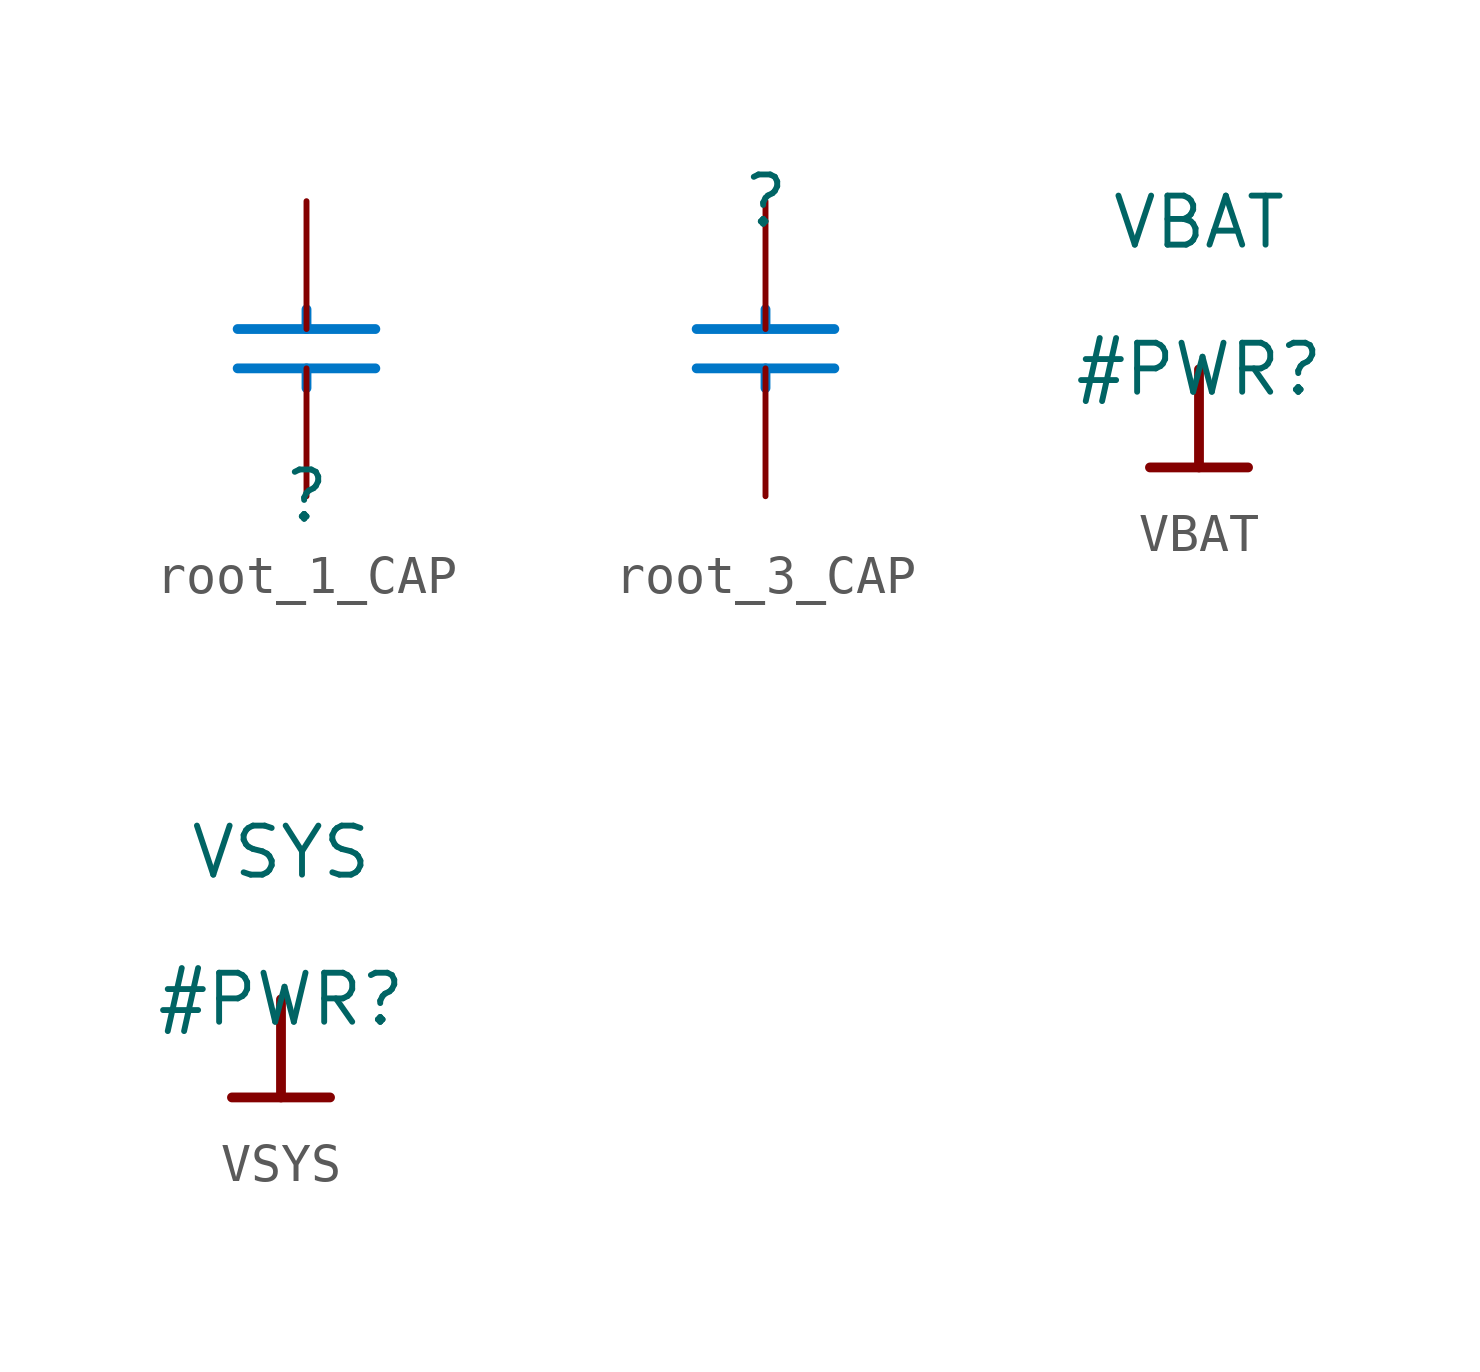
<source format=kicad_sym>
(kicad_symbol_lib
  (version 20220914)
  (generator kicad_symbol_editor)
  (symbol "root_1_CAP"
    (property "Reference" ""
      (at 0 0 0)
      (effects (font (size 1.27 1.27))))
    (property "Value" ""
      (at 0 0 0)
      (effects (font (size 1.27 1.27))))
    (symbol "root_1_CAP_1_0"
      (polyline (pts (xy 0 3.302) (xy 0 2.794)) (stroke (width 0.254) (type solid) (color 0 119 200 1)) (fill (type none)))
      (polyline (pts (xy 0 4.318) (xy 0 4.826)) (stroke (width 0.254) (type solid) (color 0 119 200 1)) (fill (type none)))
      (polyline (pts (xy 1.778 3.302) (xy -1.778 3.302)) (stroke (width 0.254) (type solid) (color 0 119 200 1)) (fill (type none)))
      (polyline (pts (xy 1.778 4.318) (xy -1.778 4.318)) (stroke (width 0.254) (type solid) (color 0 119 200 1)) (fill (type none)))
      (pin passive line (at 0 0 90) (length 3.302) (name "1" (effects (font (size 0 0)))) (number "1" (effects (font (size 0 0)))))
      (pin passive line (at 0 7.62 270) (length 3.302) (name "2" (effects (font (size 0 0)))) (number "2" (effects (font (size 0 0)))))))
  (symbol "root_3_CAP"
    (property "Reference" ""
      (at 0 0 0)
      (effects (font (size 1.27 1.27))))
    (property "Value" ""
      (at 0 0 0)
      (effects (font (size 1.27 1.27))))
    (symbol "root_3_CAP_1_0"
      (polyline (pts (xy -1.778 -4.318) (xy 1.778 -4.318)) (stroke (width 0.254) (type solid) (color 0 119 200 1)) (fill (type none)))
      (polyline (pts (xy -1.778 -3.302) (xy 1.778 -3.302)) (stroke (width 0.254) (type solid) (color 0 119 200 1)) (fill (type none)))
      (polyline (pts (xy 0 -4.318) (xy 0 -4.826)) (stroke (width 0.254) (type solid) (color 0 119 200 1)) (fill (type none)))
      (polyline (pts (xy 0 -3.302) (xy 0 -2.794)) (stroke (width 0.254) (type solid) (color 0 119 200 1)) (fill (type none)))
      (pin passive line (at 0 0 270) (length 3.302) (name "1" (effects (font (size 0 0)))) (number "1" (effects (font (size 0 0)))))
      (pin passive line (at 0 -7.62 90) (length 3.302) (name "2" (effects (font (size 0 0)))) (number "2" (effects (font (size 0 0)))))))
  (symbol "VBAT"
    (power)
    (property "Reference" "#PWR"
      (at 0 0 0)
      (effects (font (size 1.27 1.27))))
    (property "Value" "VBAT"
      (at 0 3.81 0)
      (effects (font (size 1.27 1.27))))
    (symbol "VBAT_0_0"
      (polyline (pts (xy -1.27 -2.54) (xy 1.27 -2.54)) (stroke (width 0.254) (type solid)) (fill (type none)))
      (polyline (pts (xy 0 0) (xy 0 -2.54)) (stroke (width 0.254) (type solid)) (fill (type none)))
      (pin power_in line (at 0 0 0) (length 0) hide (name "VBAT" (effects (font (size 1.27 1.27)))) (number "" (effects (font (size 1.27 1.27)))))))
  (symbol "VSYS"
    (power)
    (property "Reference" "#PWR"
      (at 0 0 0)
      (effects (font (size 1.27 1.27))))
    (property "Value" "VSYS"
      (at 0 3.81 0)
      (effects (font (size 1.27 1.27))))
    (symbol "VSYS_0_0"
      (polyline (pts (xy -1.27 -2.54) (xy 1.27 -2.54)) (stroke (width 0.254) (type solid)) (fill (type none)))
      (polyline (pts (xy 0 0) (xy 0 -2.54)) (stroke (width 0.254) (type solid)) (fill (type none)))
      (pin power_in line (at 0 0 0) (length 0) hide (name "VSYS" (effects (font (size 1.27 1.27)))) (number "" (effects (font (size 1.27 1.27))))))))
</source>
